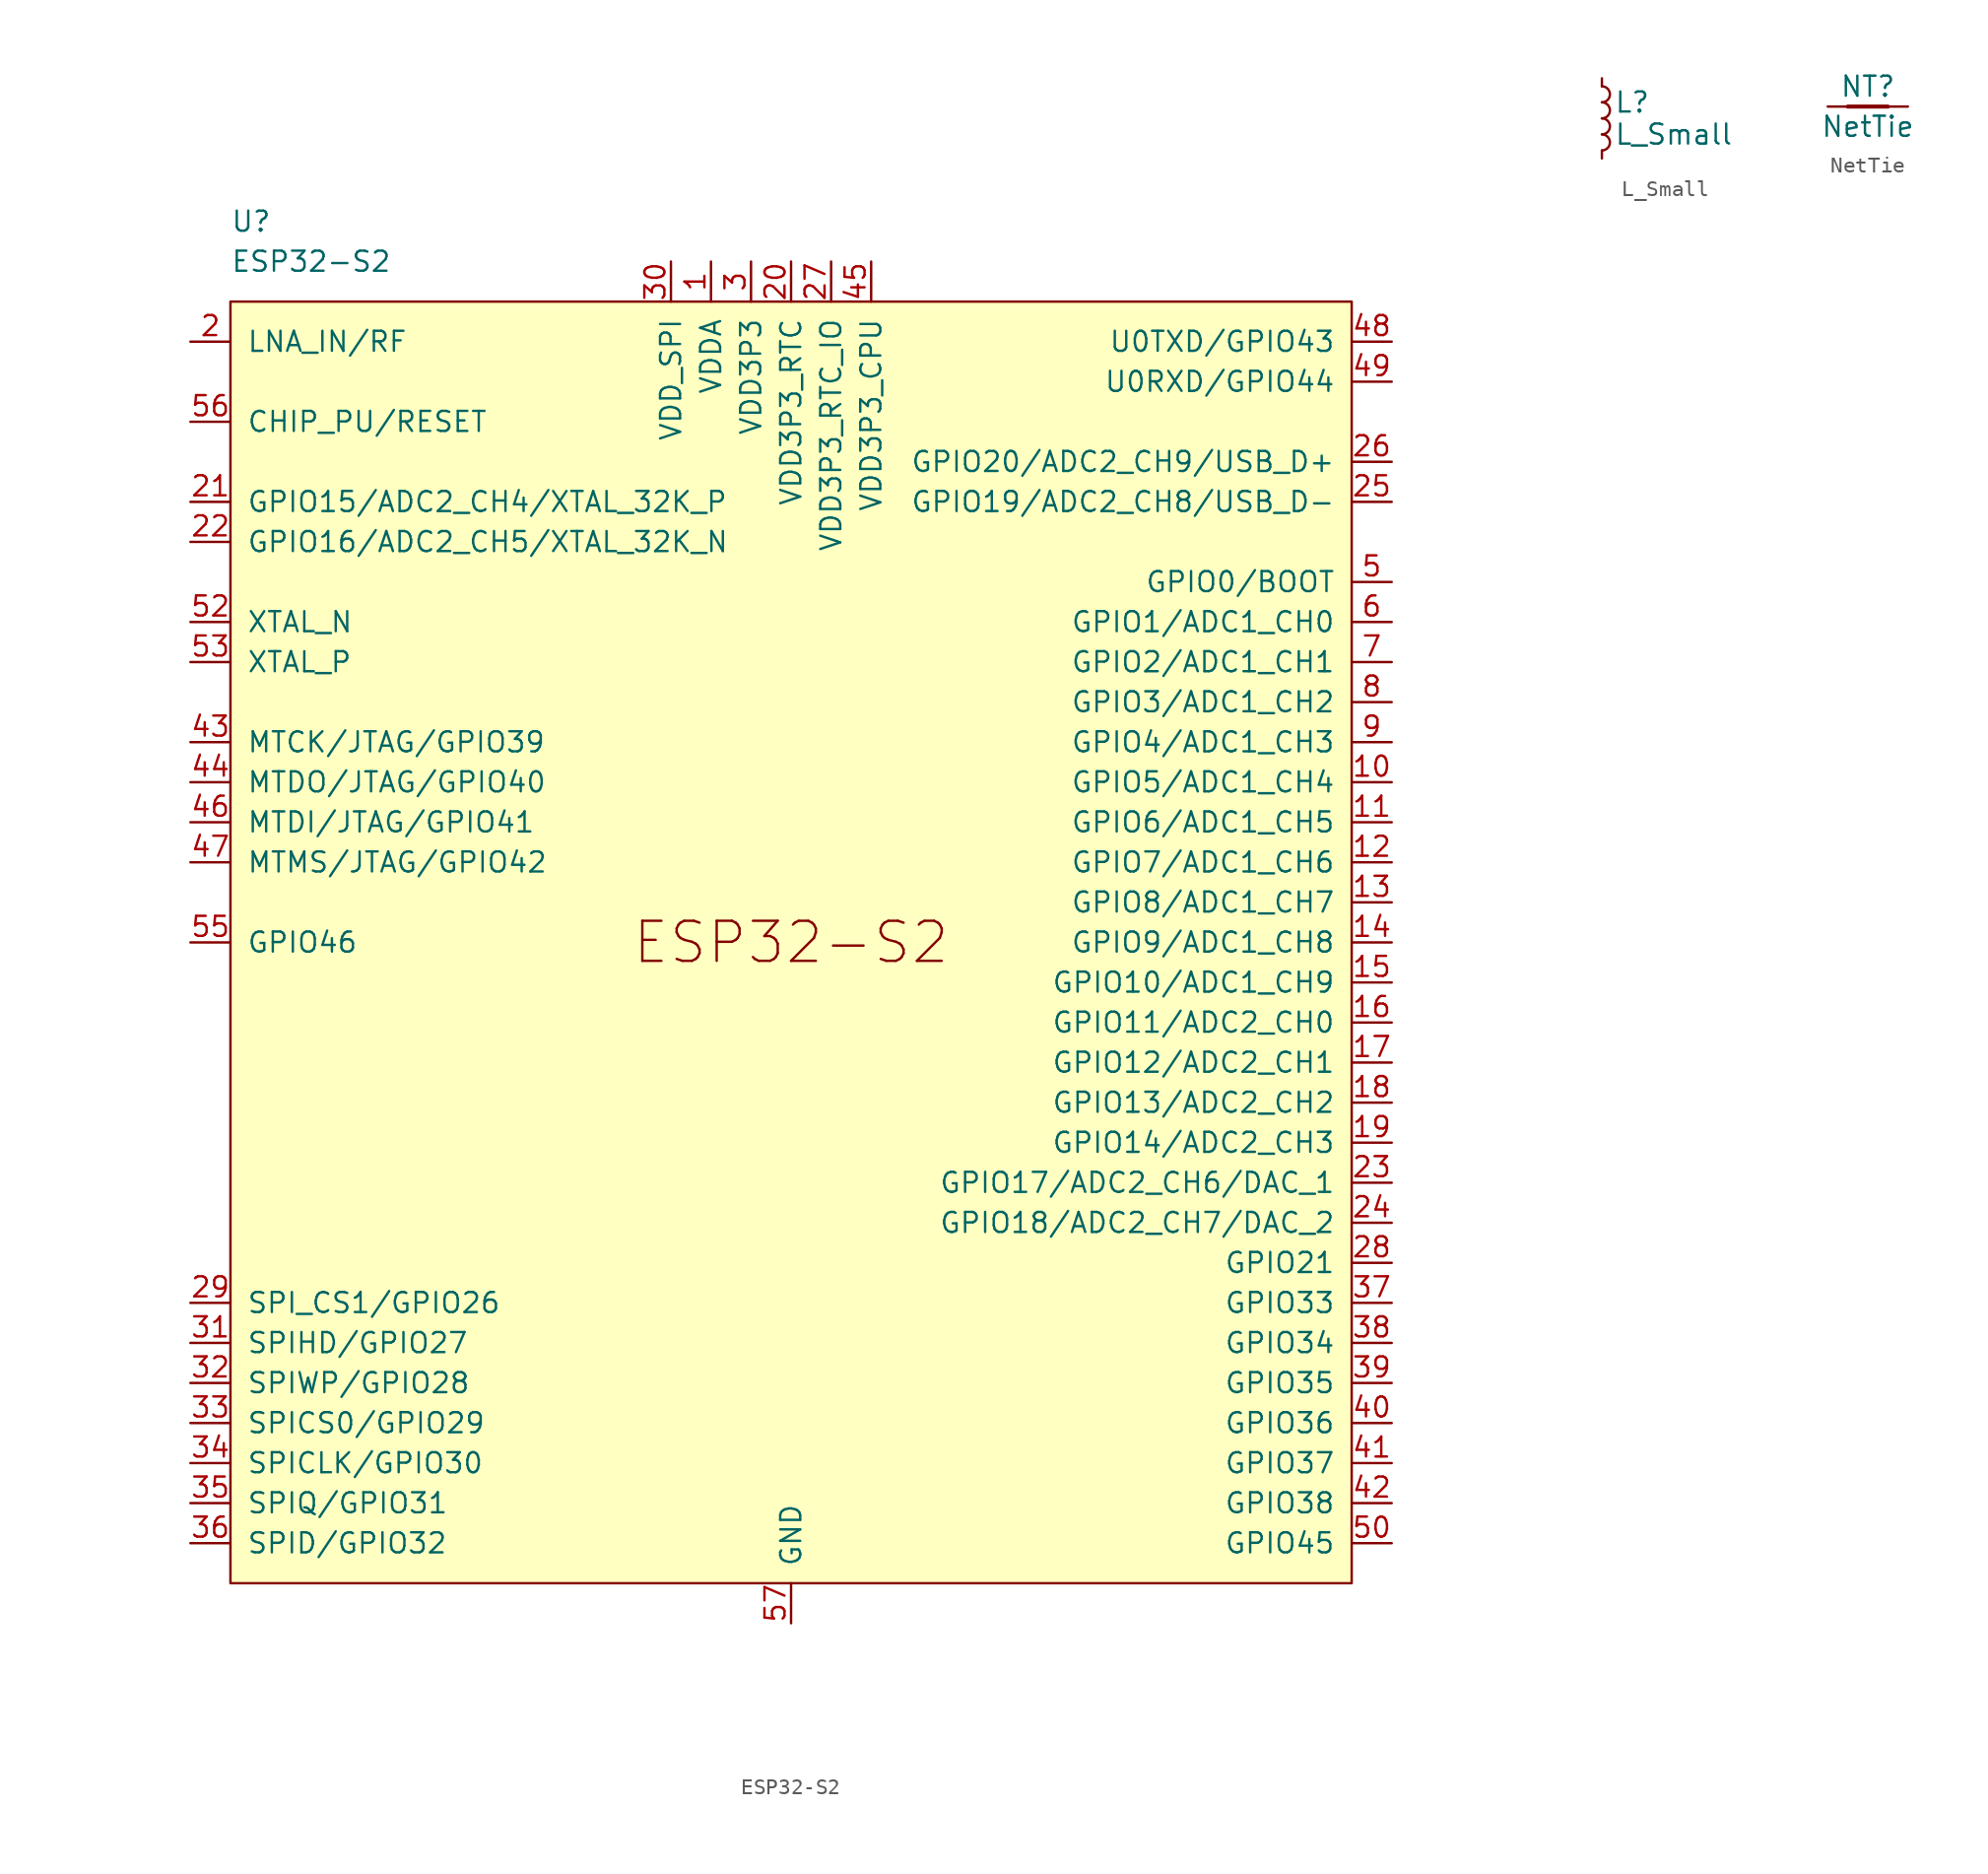
<source format=kicad_sym>
(kicad_symbol_lib
  (version 20241209)
  (generator "kicad_symbol_editor")
  (generator_version "9.0")
  (symbol "ESP32-S2"
    (pin_names
      (offset 1.016))
    (property "Reference" "U"
      (at -35.56 45.72 0)
      (effects (font (size 1.27 1.27)) (justify left)))
    (property "Value" "ESP32-S2"
      (at -35.56 43.18 0)
      (effects (font (size 1.27 1.27)) (justify left)))
    (symbol "ESP32-S2_0_0"
      (text "ESP32-S2" (at 0 0 0) (effects (font (size 2.54 2.54)))))
    (symbol "ESP32-S2_0_1"
      (rectangle (start -35.56 40.64) (end 35.56 -40.64) (stroke (width 0) (type default)) (fill (type background))))
    (symbol "ESP32-S2_1_1"
      (pin bidirectional line (at -38.1 38.1 0) (length 2.54) (name "LNA_IN/RF" (effects (font (size 1.27 1.27)))) (number "2" (effects (font (size 1.27 1.27)))))
      (pin bidirectional line (at -38.1 33.02 0) (length 2.54) (name "CHIP_PU/RESET" (effects (font (size 1.27 1.27)))) (number "56" (effects (font (size 1.27 1.27)))))
      (pin bidirectional line (at -38.1 27.94 0) (length 2.54) (name "GPIO15/ADC2_CH4/XTAL_32K_P" (effects (font (size 1.27 1.27)))) (number "21" (effects (font (size 1.27 1.27)))))
      (pin bidirectional line (at -38.1 25.4 0) (length 2.54) (name "GPIO16/ADC2_CH5/XTAL_32K_N" (effects (font (size 1.27 1.27)))) (number "22" (effects (font (size 1.27 1.27)))))
      (pin output line (at -38.1 20.32 0) (length 2.54) (name "XTAL_N" (effects (font (size 1.27 1.27)))) (number "52" (effects (font (size 1.27 1.27)))))
      (pin input line (at -38.1 17.78 0) (length 2.54) (name "XTAL_P" (effects (font (size 1.27 1.27)))) (number "53" (effects (font (size 1.27 1.27)))))
      (pin input line (at -38.1 12.7 0) (length 2.54) (name "MTCK/JTAG/GPIO39" (effects (font (size 1.27 1.27)))) (number "43" (effects (font (size 1.27 1.27)))))
      (pin output line (at -38.1 10.16 0) (length 2.54) (name "MTDO/JTAG/GPIO40" (effects (font (size 1.27 1.27)))) (number "44" (effects (font (size 1.27 1.27)))))
      (pin input line (at -38.1 7.62 0) (length 2.54) (name "MTDI/JTAG/GPIO41" (effects (font (size 1.27 1.27)))) (number "46" (effects (font (size 1.27 1.27)))))
      (pin output line (at -38.1 5.08 0) (length 2.54) (name "MTMS/JTAG/GPIO42" (effects (font (size 1.27 1.27)))) (number "47" (effects (font (size 1.27 1.27)))))
      (pin input line (at -38.1 0 0) (length 2.54) (name "GPIO46" (effects (font (size 1.27 1.27)))) (number "55" (effects (font (size 1.27 1.27)))))
      (pin bidirectional line (at -38.1 -22.86 0) (length 2.54) (name "SPI_CS1/GPIO26" (effects (font (size 1.27 1.27)))) (number "29" (effects (font (size 1.27 1.27)))))
      (pin bidirectional line (at -38.1 -25.4 0) (length 2.54) (name "SPIHD/GPIO27" (effects (font (size 1.27 1.27)))) (number "31" (effects (font (size 1.27 1.27)))))
      (pin bidirectional line (at -38.1 -27.94 0) (length 2.54) (name "SPIWP/GPIO28" (effects (font (size 1.27 1.27)))) (number "32" (effects (font (size 1.27 1.27)))))
      (pin bidirectional line (at -38.1 -30.48 0) (length 2.54) (name "SPICS0/GPIO29" (effects (font (size 1.27 1.27)))) (number "33" (effects (font (size 1.27 1.27)))))
      (pin bidirectional line (at -38.1 -33.02 0) (length 2.54) (name "SPICLK/GPIO30" (effects (font (size 1.27 1.27)))) (number "34" (effects (font (size 1.27 1.27)))))
      (pin bidirectional line (at -38.1 -35.56 0) (length 2.54) (name "SPIQ/GPIO31" (effects (font (size 1.27 1.27)))) (number "35" (effects (font (size 1.27 1.27)))))
      (pin bidirectional line (at -38.1 -38.1 0) (length 2.54) (name "SPID/GPIO32" (effects (font (size 1.27 1.27)))) (number "36" (effects (font (size 1.27 1.27)))))
      (pin power_out line (at -7.62 43.18 270) (length 2.54) (name "VDD_SPI" (effects (font (size 1.27 1.27)))) (number "30" (effects (font (size 1.27 1.27)))))
      (pin power_in line (at -5.08 43.18 270) (length 2.54) (name "VDDA" (effects (font (size 1.27 1.27)))) (number "1" (effects (font (size 1.27 1.27)))))
      (pin passive line (at -5.08 43.18 270) (length 2.54) (hide yes) (name "VDDA" (effects (font (size 1.27 1.27)))) (number "51" (effects (font (size 1.27 1.27)))))
      (pin passive line (at -5.08 43.18 270) (length 2.54) (hide yes) (name "VDDA" (effects (font (size 1.27 1.27)))) (number "54" (effects (font (size 1.27 1.27)))))
      (pin power_in line (at -2.54 43.18 270) (length 2.54) (name "VDD3P3" (effects (font (size 1.27 1.27)))) (number "3" (effects (font (size 1.27 1.27)))))
      (pin passive line (at -2.54 43.18 270) (length 2.54) (hide yes) (name "VDD3P3" (effects (font (size 1.27 1.27)))) (number "4" (effects (font (size 1.27 1.27)))))
      (pin power_in line (at 0 43.18 270) (length 2.54) (name "VDD3P3_RTC" (effects (font (size 1.27 1.27)))) (number "20" (effects (font (size 1.27 1.27)))))
      (pin power_in line (at 0 -43.18 90) (length 2.54) (name "GND" (effects (font (size 1.27 1.27)))) (number "57" (effects (font (size 1.27 1.27)))))
      (pin power_in line (at 2.54 43.18 270) (length 2.54) (name "VDD3P3_RTC_IO" (effects (font (size 1.27 1.27)))) (number "27" (effects (font (size 1.27 1.27)))))
      (pin power_in line (at 5.08 43.18 270) (length 2.54) (name "VDD3P3_CPU" (effects (font (size 1.27 1.27)))) (number "45" (effects (font (size 1.27 1.27)))))
      (pin bidirectional line (at 38.1 38.1 180) (length 2.54) (name "U0TXD/GPIO43" (effects (font (size 1.27 1.27)))) (number "48" (effects (font (size 1.27 1.27)))))
      (pin bidirectional line (at 38.1 35.56 180) (length 2.54) (name "U0RXD/GPIO44" (effects (font (size 1.27 1.27)))) (number "49" (effects (font (size 1.27 1.27)))))
      (pin bidirectional line (at 38.1 30.48 180) (length 2.54) (name "GPIO20/ADC2_CH9/USB_D+" (effects (font (size 1.27 1.27)))) (number "26" (effects (font (size 1.27 1.27)))))
      (pin bidirectional line (at 38.1 27.94 180) (length 2.54) (name "GPIO19/ADC2_CH8/USB_D-" (effects (font (size 1.27 1.27)))) (number "25" (effects (font (size 1.27 1.27)))))
      (pin bidirectional line (at 38.1 22.86 180) (length 2.54) (name "GPIO0/BOOT" (effects (font (size 1.27 1.27)))) (number "5" (effects (font (size 1.27 1.27)))))
      (pin bidirectional line (at 38.1 20.32 180) (length 2.54) (name "GPIO1/ADC1_CH0" (effects (font (size 1.27 1.27)))) (number "6" (effects (font (size 1.27 1.27)))))
      (pin bidirectional line (at 38.1 17.78 180) (length 2.54) (name "GPIO2/ADC1_CH1" (effects (font (size 1.27 1.27)))) (number "7" (effects (font (size 1.27 1.27)))))
      (pin bidirectional line (at 38.1 15.24 180) (length 2.54) (name "GPIO3/ADC1_CH2" (effects (font (size 1.27 1.27)))) (number "8" (effects (font (size 1.27 1.27)))))
      (pin bidirectional line (at 38.1 12.7 180) (length 2.54) (name "GPIO4/ADC1_CH3" (effects (font (size 1.27 1.27)))) (number "9" (effects (font (size 1.27 1.27)))))
      (pin bidirectional line (at 38.1 10.16 180) (length 2.54) (name "GPIO5/ADC1_CH4" (effects (font (size 1.27 1.27)))) (number "10" (effects (font (size 1.27 1.27)))))
      (pin bidirectional line (at 38.1 7.62 180) (length 2.54) (name "GPIO6/ADC1_CH5" (effects (font (size 1.27 1.27)))) (number "11" (effects (font (size 1.27 1.27)))))
      (pin bidirectional line (at 38.1 5.08 180) (length 2.54) (name "GPIO7/ADC1_CH6" (effects (font (size 1.27 1.27)))) (number "12" (effects (font (size 1.27 1.27)))))
      (pin bidirectional line (at 38.1 2.54 180) (length 2.54) (name "GPIO8/ADC1_CH7" (effects (font (size 1.27 1.27)))) (number "13" (effects (font (size 1.27 1.27)))))
      (pin bidirectional line (at 38.1 0 180) (length 2.54) (name "GPIO9/ADC1_CH8" (effects (font (size 1.27 1.27)))) (number "14" (effects (font (size 1.27 1.27)))))
      (pin bidirectional line (at 38.1 -2.54 180) (length 2.54) (name "GPIO10/ADC1_CH9" (effects (font (size 1.27 1.27)))) (number "15" (effects (font (size 1.27 1.27)))))
      (pin bidirectional line (at 38.1 -5.08 180) (length 2.54) (name "GPIO11/ADC2_CH0" (effects (font (size 1.27 1.27)))) (number "16" (effects (font (size 1.27 1.27)))))
      (pin input line (at 38.1 -7.62 180) (length 2.54) (name "GPIO12/ADC2_CH1" (effects (font (size 1.27 1.27)))) (number "17" (effects (font (size 1.27 1.27)))))
      (pin bidirectional line (at 38.1 -10.16 180) (length 2.54) (name "GPIO13/ADC2_CH2" (effects (font (size 1.27 1.27)))) (number "18" (effects (font (size 1.27 1.27)))))
      (pin bidirectional line (at 38.1 -12.7 180) (length 2.54) (name "GPIO14/ADC2_CH3" (effects (font (size 1.27 1.27)))) (number "19" (effects (font (size 1.27 1.27)))))
      (pin bidirectional line (at 38.1 -15.24 180) (length 2.54) (name "GPIO17/ADC2_CH6/DAC_1" (effects (font (size 1.27 1.27)))) (number "23" (effects (font (size 1.27 1.27)))))
      (pin bidirectional line (at 38.1 -17.78 180) (length 2.54) (name "GPIO18/ADC2_CH7/DAC_2" (effects (font (size 1.27 1.27)))) (number "24" (effects (font (size 1.27 1.27)))))
      (pin bidirectional line (at 38.1 -20.32 180) (length 2.54) (name "GPIO21" (effects (font (size 1.27 1.27)))) (number "28" (effects (font (size 1.27 1.27)))))
      (pin bidirectional line (at 38.1 -22.86 180) (length 2.54) (name "GPIO33" (effects (font (size 1.27 1.27)))) (number "37" (effects (font (size 1.27 1.27)))))
      (pin bidirectional line (at 38.1 -25.4 180) (length 2.54) (name "GPIO34" (effects (font (size 1.27 1.27)))) (number "38" (effects (font (size 1.27 1.27)))))
      (pin bidirectional line (at 38.1 -27.94 180) (length 2.54) (name "GPIO35" (effects (font (size 1.27 1.27)))) (number "39" (effects (font (size 1.27 1.27)))))
      (pin bidirectional line (at 38.1 -30.48 180) (length 2.54) (name "GPIO36" (effects (font (size 1.27 1.27)))) (number "40" (effects (font (size 1.27 1.27)))))
      (pin bidirectional line (at 38.1 -33.02 180) (length 2.54) (name "GPIO37" (effects (font (size 1.27 1.27)))) (number "41" (effects (font (size 1.27 1.27)))))
      (pin bidirectional line (at 38.1 -35.56 180) (length 2.54) (name "GPIO38" (effects (font (size 1.27 1.27)))) (number "42" (effects (font (size 1.27 1.27)))))
      (pin bidirectional line (at 38.1 -38.1 180) (length 2.54) (name "GPIO45" (effects (font (size 1.27 1.27)))) (number "50" (effects (font (size 1.27 1.27)))))))
  (symbol "L_Small"
    (pin_numbers
      (hide yes))
    (pin_names
      (offset 0.254)
      (hide yes))
    (property "Reference" "L"
      (at 0.762 1.016 0)
      (effects (font (size 1.27 1.27)) (justify left)))
    (property "Value" "L_Small"
      (at 0.762 -1.016 0)
      (effects (font (size 1.27 1.27)) (justify left)))
    (symbol "L_Small_0_1"
      (arc (start 0 2.032) (mid 0.5058 1.524) (end 0 1.016) (stroke (width 0) (type default)) (fill (type none)))
      (arc (start 0 1.016) (mid 0.5058 0.508) (end 0 0) (stroke (width 0) (type default)) (fill (type none)))
      (arc (start 0 0) (mid 0.5058 -0.508) (end 0 -1.016) (stroke (width 0) (type default)) (fill (type none)))
      (arc (start 0 -1.016) (mid 0.5058 -1.524) (end 0 -2.032) (stroke (width 0) (type default)) (fill (type none))))
    (symbol "L_Small_1_1"
      (pin power_in line (at 0 2.54 270) (length 0.508) (name "~" (effects (font (size 1.27 1.27)))) (number "1" (effects (font (size 1.27 1.27)))))
      (pin power_out line (at 0 -2.54 90) (length 0.508) (name "~" (effects (font (size 1.27 1.27)))) (number "2" (effects (font (size 1.27 1.27)))))))
  (symbol "NetTie"
    (pin_numbers
      (hide yes))
    (pin_names
      (offset 0)
      (hide yes))
    (property "Reference" "NT"
      (at 0 1.27 0)
      (effects (font (size 1.27 1.27))))
    (property "Value" "NetTie"
      (at 0 -1.27 0)
      (effects (font (size 1.27 1.27))))
    (symbol "NetTie_0_1"
      (polyline (pts (xy -1.27 0) (xy 1.27 0)) (stroke (width 0.254) (type default)) (fill (type none))))
    (symbol "NetTie_1_1"
      (pin passive line (at -2.54 0 0) (length 2.54) (name "1" (effects (font (size 1.27 1.27)))) (number "1" (effects (font (size 1.27 1.27)))))
      (pin passive line (at 2.54 0 180) (length 2.54) (name "2" (effects (font (size 1.27 1.27)))) (number "2" (effects (font (size 1.27 1.27))))))))
</source>
